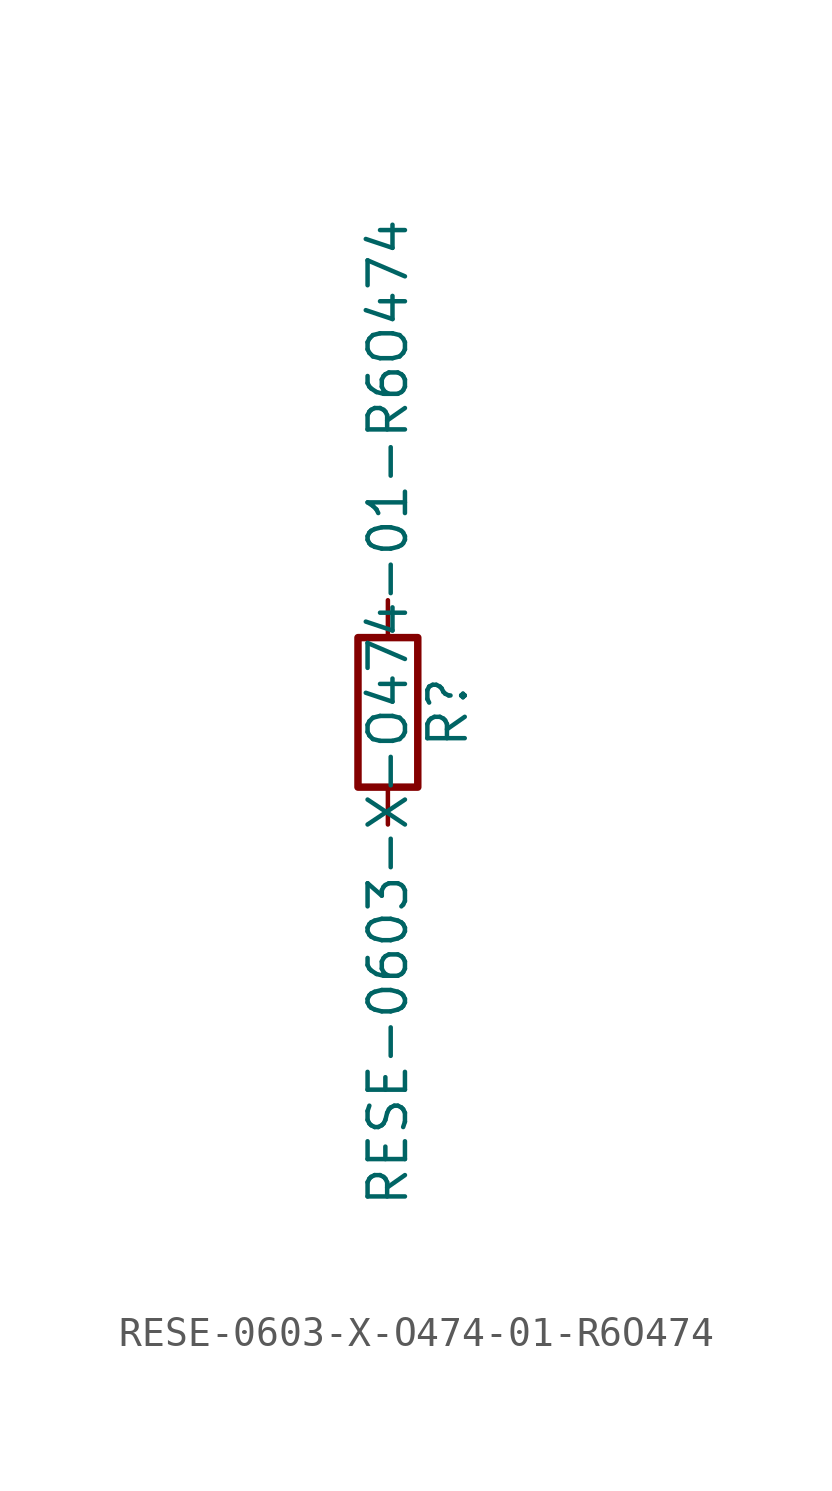
<source format=kicad_sym>
(kicad_symbol_lib
  (version 20211014)
  (generator kicad_symbol_editor)
  (symbol "RESE-0603-X-O474-01-R6O474"
    (pin_numbers hide)
    (pin_names
      (offset 0))
    (property "Reference" "R"
      (at 2.032 0 90)
      (effects (font (size 1.27 1.27))))
    (property "Value" "RESE-0603-X-O474-01-R6O474"
      (at 0 0 90)
      (effects (font (size 1.27 1.27))))
    (symbol "RESE-0603-X-O474-01-R6O474_0_1"
      (rectangle (start -1.016 -2.54) (end 1.016 2.54) (stroke (width 0.254) (type default) (color 0 0 0 0)) (fill (type none))))
    (symbol "RESE-0603-X-O474-01-R6O474_1_1"
      (pin passive line (at 0 3.81 270) (length 1.27) (name "~" (effects (font (size 1.27 1.27)))) (number "1" (effects (font (size 1.27 1.27)))))
      (pin passive line (at 0 -3.81 90) (length 1.27) (name "~" (effects (font (size 1.27 1.27)))) (number "2" (effects (font (size 1.27 1.27))))))))
</source>
